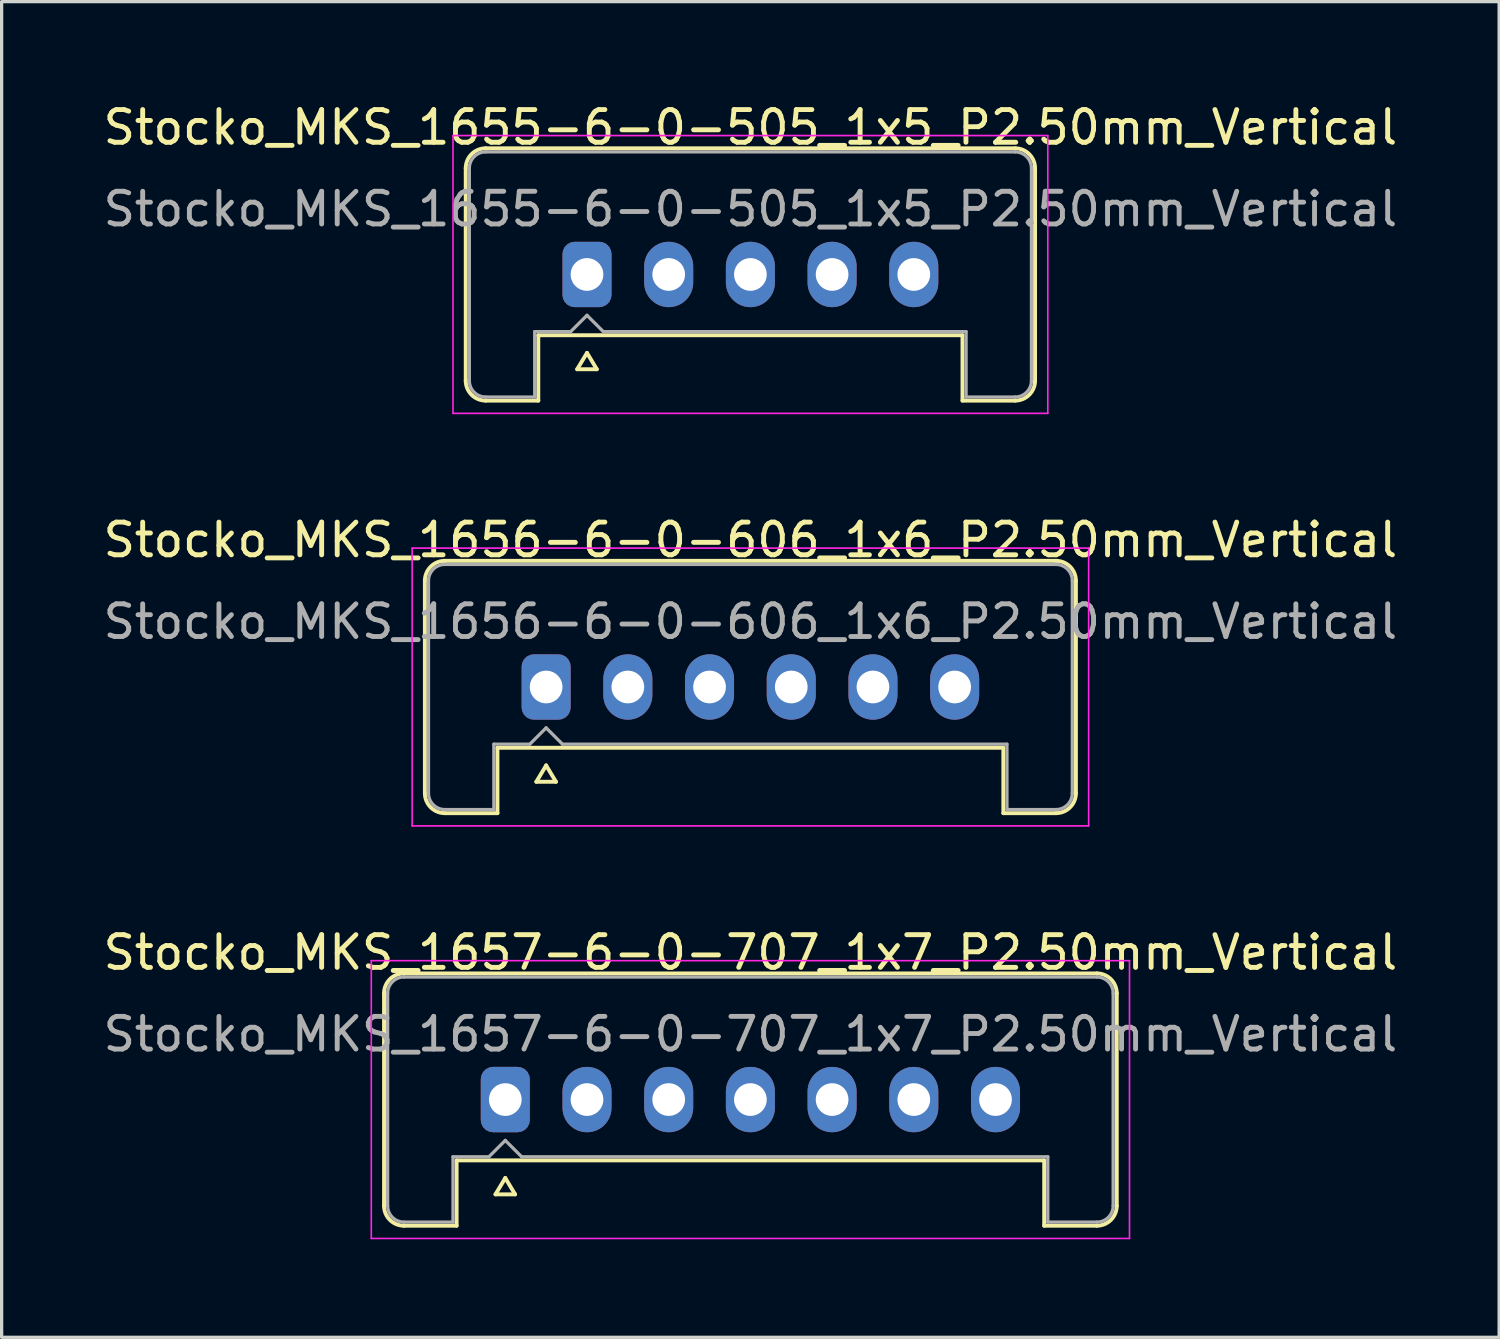
<source format=kicad_pcb>
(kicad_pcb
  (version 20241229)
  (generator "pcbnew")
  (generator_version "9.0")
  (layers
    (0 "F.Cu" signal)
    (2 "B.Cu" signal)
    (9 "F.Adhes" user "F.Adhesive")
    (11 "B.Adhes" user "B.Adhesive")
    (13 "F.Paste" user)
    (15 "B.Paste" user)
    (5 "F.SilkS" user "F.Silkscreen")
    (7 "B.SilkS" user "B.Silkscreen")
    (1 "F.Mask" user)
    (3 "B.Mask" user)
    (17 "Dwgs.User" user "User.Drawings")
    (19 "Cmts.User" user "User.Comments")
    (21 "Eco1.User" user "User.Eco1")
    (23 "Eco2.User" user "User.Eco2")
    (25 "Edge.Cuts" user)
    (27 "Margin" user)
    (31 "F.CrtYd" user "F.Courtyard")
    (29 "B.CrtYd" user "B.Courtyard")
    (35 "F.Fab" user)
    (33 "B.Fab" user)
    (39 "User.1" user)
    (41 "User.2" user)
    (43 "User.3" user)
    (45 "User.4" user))
  (footprint "Stocko_MKS_1655-6-0-505_1x5_P2.50mm_Vertical"
    (layer "F.Cu")
    (at 14.911 5.348)
    (property "Reference" "Stocko_MKS_1655-6-0-505_1x5_P2.50mm_Vertical" (at 5 -4.5 0) (layer "F.SilkS") (effects (font (size 1 1) (thickness 0.15))))
    (attr through_hole)
    (fp_line (start -3.71 -3.25) (end -3.71 3.25) (stroke (width 0.12) (type solid)) (layer "F.SilkS"))
    (fp_line (start -3.1 -3.86) (end 13.1 -3.86) (stroke (width 0.12) (type solid)) (layer "F.SilkS"))
    (fp_line (start -3.1 3.86) (end -1.49 3.86) (stroke (width 0.12) (type solid)) (layer "F.SilkS"))
    (fp_line (start -1.49 1.86) (end 11.49 1.86) (stroke (width 0.12) (type solid)) (layer "F.SilkS"))
    (fp_line (start -1.49 3.86) (end -1.49 1.86) (stroke (width 0.12) (type solid)) (layer "F.SilkS"))
    (fp_line (start -0.3 2.9) (end 0.3 2.9) (stroke (width 0.12) (type solid)) (layer "F.SilkS"))
    (fp_line (start 0 2.4) (end -0.3 2.9) (stroke (width 0.12) (type solid)) (layer "F.SilkS"))
    (fp_line (start 0.3 2.9) (end 0 2.4) (stroke (width 0.12) (type solid)) (layer "F.SilkS"))
    (fp_line (start 11.49 3.86) (end 11.49 1.86) (stroke (width 0.12) (type solid)) (layer "F.SilkS"))
    (fp_line (start 13.1 3.86) (end 11.49 3.86) (stroke (width 0.12) (type solid)) (layer "F.SilkS"))
    (fp_line (start 13.71 -3.25) (end 13.71 3.25) (stroke (width 0.12) (type solid)) (layer "F.SilkS"))
    (fp_arc (start -3.71 -3.25) (mid -3.531335 -3.681335) (end -3.1 -3.86) (stroke (width 0.12) (type solid)) (layer "F.SilkS"))
    (fp_arc (start -3.1 3.86) (mid -3.531335 3.681335) (end -3.71 3.25) (stroke (width 0.12) (type solid)) (layer "F.SilkS"))
    (fp_arc (start 13.1 -3.86) (mid 13.531335 -3.681335) (end 13.71 -3.25) (stroke (width 0.12) (type solid)) (layer "F.SilkS"))
    (fp_arc (start 13.71 3.25) (mid 13.531335 3.681335) (end 13.1 3.86) (stroke (width 0.12) (type solid)) (layer "F.SilkS"))
    (fp_line (start -4.1 -4.25) (end -4.1 4.25) (stroke (width 0.05) (type solid)) (layer "F.CrtYd"))
    (fp_line (start -4.1 4.25) (end 14.1 4.25) (stroke (width 0.05) (type solid)) (layer "F.CrtYd"))
    (fp_line (start 14.1 -4.25) (end -4.1 -4.25) (stroke (width 0.05) (type solid)) (layer "F.CrtYd"))
    (fp_line (start 14.1 4.25) (end 14.1 -4.25) (stroke (width 0.05) (type solid)) (layer "F.CrtYd"))
    (fp_line (start -3.6 -3.25) (end -3.6 3.25) (stroke (width 0.1) (type solid)) (layer "F.Fab"))
    (fp_line (start -3.1 -3.75) (end 13.1 -3.75) (stroke (width 0.1) (type solid)) (layer "F.Fab"))
    (fp_line (start -3.1 3.75) (end -1.6 3.75) (stroke (width 0.1) (type solid)) (layer "F.Fab"))
    (fp_line (start -1.6 1.75) (end -0.5 1.75) (stroke (width 0.1) (type solid)) (layer "F.Fab"))
    (fp_line (start -1.6 3.75) (end -1.6 1.75) (stroke (width 0.1) (type solid)) (layer "F.Fab"))
    (fp_line (start -0.5 1.75) (end 0 1.25) (stroke (width 0.1) (type solid)) (layer "F.Fab"))
    (fp_line (start 0 1.25) (end 0.5 1.75) (stroke (width 0.1) (type solid)) (layer "F.Fab"))
    (fp_line (start 0.5 1.75) (end 11.6 1.75) (stroke (width 0.1) (type solid)) (layer "F.Fab"))
    (fp_line (start 11.6 3.75) (end 11.6 1.75) (stroke (width 0.1) (type solid)) (layer "F.Fab"))
    (fp_line (start 13.1 3.75) (end 11.6 3.75) (stroke (width 0.1) (type solid)) (layer "F.Fab"))
    (fp_line (start 13.6 -3.25) (end 13.6 3.25) (stroke (width 0.1) (type solid)) (layer "F.Fab"))
    (fp_arc (start -3.6 -3.25) (mid -3.453553 -3.603553) (end -3.1 -3.75) (stroke (width 0.1) (type solid)) (layer "F.Fab"))
    (fp_arc (start -3.1 3.75) (mid -3.453553 3.603553) (end -3.6 3.25) (stroke (width 0.1) (type solid)) (layer "F.Fab"))
    (fp_arc (start 13.1 -3.75) (mid 13.453553 -3.603553) (end 13.6 -3.25) (stroke (width 0.1) (type solid)) (layer "F.Fab"))
    (fp_arc (start 13.6 3.25) (mid 13.453553 3.603553) (end 13.1 3.75) (stroke (width 0.1) (type solid)) (layer "F.Fab"))
    (fp_text user "${REFERENCE}" (at 5 -2 0) (layer "F.Fab") (effects (font (size 1 1) (thickness 0.15))))
    (pad "1" thru_hole roundrect (at 0 0) (size 1.5 2) (drill 1) (layers "*.Cu" "*.Mask") (roundrect_rratio 0.25))
    (pad "2" thru_hole oval (at 2.5 0) (size 1.5 2) (drill 1) (layers "*.Cu" "*.Mask"))
    (pad "3" thru_hole oval (at 5 0) (size 1.5 2) (drill 1) (layers "*.Cu" "*.Mask"))
    (pad "4" thru_hole oval (at 7.5 0) (size 1.5 2) (drill 1) (layers "*.Cu" "*.Mask"))
    (pad "5" thru_hole oval (at 10 0) (size 1.5 2) (drill 1) (layers "*.Cu" "*.Mask")))
  (footprint "Stocko_MKS_1656-6-0-606_1x6_P2.50mm_Vertical"
    (layer "F.Cu")
    (at 13.661 17.971)
    (property "Reference" "Stocko_MKS_1656-6-0-606_1x6_P2.50mm_Vertical" (at 6.25 -4.5 0) (layer "F.SilkS") (effects (font (size 1 1) (thickness 0.15))))
    (attr through_hole)
    (fp_line (start -3.71 -3.25) (end -3.71 3.25) (stroke (width 0.12) (type solid)) (layer "F.SilkS"))
    (fp_line (start -3.1 -3.86) (end 15.6 -3.86) (stroke (width 0.12) (type solid)) (layer "F.SilkS"))
    (fp_line (start -3.1 3.86) (end -1.49 3.86) (stroke (width 0.12) (type solid)) (layer "F.SilkS"))
    (fp_line (start -1.49 1.86) (end 13.99 1.86) (stroke (width 0.12) (type solid)) (layer "F.SilkS"))
    (fp_line (start -1.49 3.86) (end -1.49 1.86) (stroke (width 0.12) (type solid)) (layer "F.SilkS"))
    (fp_line (start -0.3 2.9) (end 0.3 2.9) (stroke (width 0.12) (type solid)) (layer "F.SilkS"))
    (fp_line (start 0 2.4) (end -0.3 2.9) (stroke (width 0.12) (type solid)) (layer "F.SilkS"))
    (fp_line (start 0.3 2.9) (end 0 2.4) (stroke (width 0.12) (type solid)) (layer "F.SilkS"))
    (fp_line (start 13.99 3.86) (end 13.99 1.86) (stroke (width 0.12) (type solid)) (layer "F.SilkS"))
    (fp_line (start 15.6 3.86) (end 13.99 3.86) (stroke (width 0.12) (type solid)) (layer "F.SilkS"))
    (fp_line (start 16.21 -3.25) (end 16.21 3.25) (stroke (width 0.12) (type solid)) (layer "F.SilkS"))
    (fp_arc (start -3.71 -3.25) (mid -3.531335 -3.681335) (end -3.1 -3.86) (stroke (width 0.12) (type solid)) (layer "F.SilkS"))
    (fp_arc (start -3.1 3.86) (mid -3.531335 3.681335) (end -3.71 3.25) (stroke (width 0.12) (type solid)) (layer "F.SilkS"))
    (fp_arc (start 15.6 -3.86) (mid 16.031335 -3.681335) (end 16.21 -3.25) (stroke (width 0.12) (type solid)) (layer "F.SilkS"))
    (fp_arc (start 16.21 3.25) (mid 16.031335 3.681335) (end 15.6 3.86) (stroke (width 0.12) (type solid)) (layer "F.SilkS"))
    (fp_line (start -4.1 -4.25) (end -4.1 4.25) (stroke (width 0.05) (type solid)) (layer "F.CrtYd"))
    (fp_line (start -4.1 4.25) (end 16.6 4.25) (stroke (width 0.05) (type solid)) (layer "F.CrtYd"))
    (fp_line (start 16.6 -4.25) (end -4.1 -4.25) (stroke (width 0.05) (type solid)) (layer "F.CrtYd"))
    (fp_line (start 16.6 4.25) (end 16.6 -4.25) (stroke (width 0.05) (type solid)) (layer "F.CrtYd"))
    (fp_line (start -3.6 -3.25) (end -3.6 3.25) (stroke (width 0.1) (type solid)) (layer "F.Fab"))
    (fp_line (start -3.1 -3.75) (end 15.6 -3.75) (stroke (width 0.1) (type solid)) (layer "F.Fab"))
    (fp_line (start -3.1 3.75) (end -1.6 3.75) (stroke (width 0.1) (type solid)) (layer "F.Fab"))
    (fp_line (start -1.6 1.75) (end -0.5 1.75) (stroke (width 0.1) (type solid)) (layer "F.Fab"))
    (fp_line (start -1.6 3.75) (end -1.6 1.75) (stroke (width 0.1) (type solid)) (layer "F.Fab"))
    (fp_line (start -0.5 1.75) (end 0 1.25) (stroke (width 0.1) (type solid)) (layer "F.Fab"))
    (fp_line (start 0 1.25) (end 0.5 1.75) (stroke (width 0.1) (type solid)) (layer "F.Fab"))
    (fp_line (start 0.5 1.75) (end 14.1 1.75) (stroke (width 0.1) (type solid)) (layer "F.Fab"))
    (fp_line (start 14.1 3.75) (end 14.1 1.75) (stroke (width 0.1) (type solid)) (layer "F.Fab"))
    (fp_line (start 15.6 3.75) (end 14.1 3.75) (stroke (width 0.1) (type solid)) (layer "F.Fab"))
    (fp_line (start 16.1 -3.25) (end 16.1 3.25) (stroke (width 0.1) (type solid)) (layer "F.Fab"))
    (fp_arc (start -3.6 -3.25) (mid -3.453553 -3.603553) (end -3.1 -3.75) (stroke (width 0.1) (type solid)) (layer "F.Fab"))
    (fp_arc (start -3.1 3.75) (mid -3.453553 3.603553) (end -3.6 3.25) (stroke (width 0.1) (type solid)) (layer "F.Fab"))
    (fp_arc (start 15.6 -3.75) (mid 15.953553 -3.603553) (end 16.1 -3.25) (stroke (width 0.1) (type solid)) (layer "F.Fab"))
    (fp_arc (start 16.1 3.25) (mid 15.953553 3.603553) (end 15.6 3.75) (stroke (width 0.1) (type solid)) (layer "F.Fab"))
    (fp_text user "${REFERENCE}" (at 6.25 -2 0) (layer "F.Fab") (effects (font (size 1 1) (thickness 0.15))))
    (pad "1" thru_hole roundrect (at 0 0) (size 1.5 2) (drill 1) (layers "*.Cu" "*.Mask") (roundrect_rratio 0.25))
    (pad "2" thru_hole oval (at 2.5 0) (size 1.5 2) (drill 1) (layers "*.Cu" "*.Mask"))
    (pad "3" thru_hole oval (at 5 0) (size 1.5 2) (drill 1) (layers "*.Cu" "*.Mask"))
    (pad "4" thru_hole oval (at 7.5 0) (size 1.5 2) (drill 1) (layers "*.Cu" "*.Mask"))
    (pad "5" thru_hole oval (at 10 0) (size 1.5 2) (drill 1) (layers "*.Cu" "*.Mask"))
    (pad "6" thru_hole oval (at 12.5 0) (size 1.5 2) (drill 1) (layers "*.Cu" "*.Mask")))
  (footprint "Stocko_MKS_1657-6-0-707_1x7_P2.50mm_Vertical"
    (layer "F.Cu")
    (at 12.411 30.595)
    (property "Reference" "Stocko_MKS_1657-6-0-707_1x7_P2.50mm_Vertical" (at 7.5 -4.5 0) (layer "F.SilkS") (effects (font (size 1 1) (thickness 0.15))))
    (attr through_hole)
    (fp_line (start -3.71 -3.25) (end -3.71 3.25) (stroke (width 0.12) (type solid)) (layer "F.SilkS"))
    (fp_line (start -3.1 -3.86) (end 18.1 -3.86) (stroke (width 0.12) (type solid)) (layer "F.SilkS"))
    (fp_line (start -3.1 3.86) (end -1.49 3.86) (stroke (width 0.12) (type solid)) (layer "F.SilkS"))
    (fp_line (start -1.49 1.86) (end 16.49 1.86) (stroke (width 0.12) (type solid)) (layer "F.SilkS"))
    (fp_line (start -1.49 3.86) (end -1.49 1.86) (stroke (width 0.12) (type solid)) (layer "F.SilkS"))
    (fp_line (start -0.3 2.9) (end 0.3 2.9) (stroke (width 0.12) (type solid)) (layer "F.SilkS"))
    (fp_line (start 0 2.4) (end -0.3 2.9) (stroke (width 0.12) (type solid)) (layer "F.SilkS"))
    (fp_line (start 0.3 2.9) (end 0 2.4) (stroke (width 0.12) (type solid)) (layer "F.SilkS"))
    (fp_line (start 16.49 3.86) (end 16.49 1.86) (stroke (width 0.12) (type solid)) (layer "F.SilkS"))
    (fp_line (start 18.1 3.86) (end 16.49 3.86) (stroke (width 0.12) (type solid)) (layer "F.SilkS"))
    (fp_line (start 18.71 -3.25) (end 18.71 3.25) (stroke (width 0.12) (type solid)) (layer "F.SilkS"))
    (fp_arc (start -3.71 -3.25) (mid -3.531335 -3.681335) (end -3.1 -3.86) (stroke (width 0.12) (type solid)) (layer "F.SilkS"))
    (fp_arc (start -3.1 3.86) (mid -3.531335 3.681335) (end -3.71 3.25) (stroke (width 0.12) (type solid)) (layer "F.SilkS"))
    (fp_arc (start 18.1 -3.86) (mid 18.531335 -3.681335) (end 18.71 -3.25) (stroke (width 0.12) (type solid)) (layer "F.SilkS"))
    (fp_arc (start 18.71 3.25) (mid 18.531335 3.681335) (end 18.1 3.86) (stroke (width 0.12) (type solid)) (layer "F.SilkS"))
    (fp_line (start -4.1 -4.25) (end -4.1 4.25) (stroke (width 0.05) (type solid)) (layer "F.CrtYd"))
    (fp_line (start -4.1 4.25) (end 19.1 4.25) (stroke (width 0.05) (type solid)) (layer "F.CrtYd"))
    (fp_line (start 19.1 -4.25) (end -4.1 -4.25) (stroke (width 0.05) (type solid)) (layer "F.CrtYd"))
    (fp_line (start 19.1 4.25) (end 19.1 -4.25) (stroke (width 0.05) (type solid)) (layer "F.CrtYd"))
    (fp_line (start -3.6 -3.25) (end -3.6 3.25) (stroke (width 0.1) (type solid)) (layer "F.Fab"))
    (fp_line (start -3.1 -3.75) (end 18.1 -3.75) (stroke (width 0.1) (type solid)) (layer "F.Fab"))
    (fp_line (start -3.1 3.75) (end -1.6 3.75) (stroke (width 0.1) (type solid)) (layer "F.Fab"))
    (fp_line (start -1.6 1.75) (end -0.5 1.75) (stroke (width 0.1) (type solid)) (layer "F.Fab"))
    (fp_line (start -1.6 3.75) (end -1.6 1.75) (stroke (width 0.1) (type solid)) (layer "F.Fab"))
    (fp_line (start -0.5 1.75) (end 0 1.25) (stroke (width 0.1) (type solid)) (layer "F.Fab"))
    (fp_line (start 0 1.25) (end 0.5 1.75) (stroke (width 0.1) (type solid)) (layer "F.Fab"))
    (fp_line (start 0.5 1.75) (end 16.6 1.75) (stroke (width 0.1) (type solid)) (layer "F.Fab"))
    (fp_line (start 16.6 3.75) (end 16.6 1.75) (stroke (width 0.1) (type solid)) (layer "F.Fab"))
    (fp_line (start 18.1 3.75) (end 16.6 3.75) (stroke (width 0.1) (type solid)) (layer "F.Fab"))
    (fp_line (start 18.6 -3.25) (end 18.6 3.25) (stroke (width 0.1) (type solid)) (layer "F.Fab"))
    (fp_arc (start -3.6 -3.25) (mid -3.453553 -3.603553) (end -3.1 -3.75) (stroke (width 0.1) (type solid)) (layer "F.Fab"))
    (fp_arc (start -3.1 3.75) (mid -3.453553 3.603553) (end -3.6 3.25) (stroke (width 0.1) (type solid)) (layer "F.Fab"))
    (fp_arc (start 18.1 -3.75) (mid 18.453553 -3.603553) (end 18.6 -3.25) (stroke (width 0.1) (type solid)) (layer "F.Fab"))
    (fp_arc (start 18.6 3.25) (mid 18.453553 3.603553) (end 18.1 3.75) (stroke (width 0.1) (type solid)) (layer "F.Fab"))
    (fp_text user "${REFERENCE}" (at 7.5 -2 0) (layer "F.Fab") (effects (font (size 1 1) (thickness 0.15))))
    (pad "1" thru_hole roundrect (at 0 0) (size 1.5 2) (drill 1) (layers "*.Cu" "*.Mask") (roundrect_rratio 0.25))
    (pad "2" thru_hole oval (at 2.5 0) (size 1.5 2) (drill 1) (layers "*.Cu" "*.Mask"))
    (pad "3" thru_hole oval (at 5 0) (size 1.5 2) (drill 1) (layers "*.Cu" "*.Mask"))
    (pad "4" thru_hole oval (at 7.5 0) (size 1.5 2) (drill 1) (layers "*.Cu" "*.Mask"))
    (pad "5" thru_hole oval (at 10 0) (size 1.5 2) (drill 1) (layers "*.Cu" "*.Mask"))
    (pad "6" thru_hole oval (at 12.5 0) (size 1.5 2) (drill 1) (layers "*.Cu" "*.Mask"))
    (pad "7" thru_hole oval (at 15 0) (size 1.5 2) (drill 1) (layers "*.Cu" "*.Mask")))
  (gr_rect
    (start -3 -3)
    (end 42.821 37.87)
    (stroke (width 0.1) (type default))
    (fill no)
    (layer "Edge.Cuts")))
</source>
